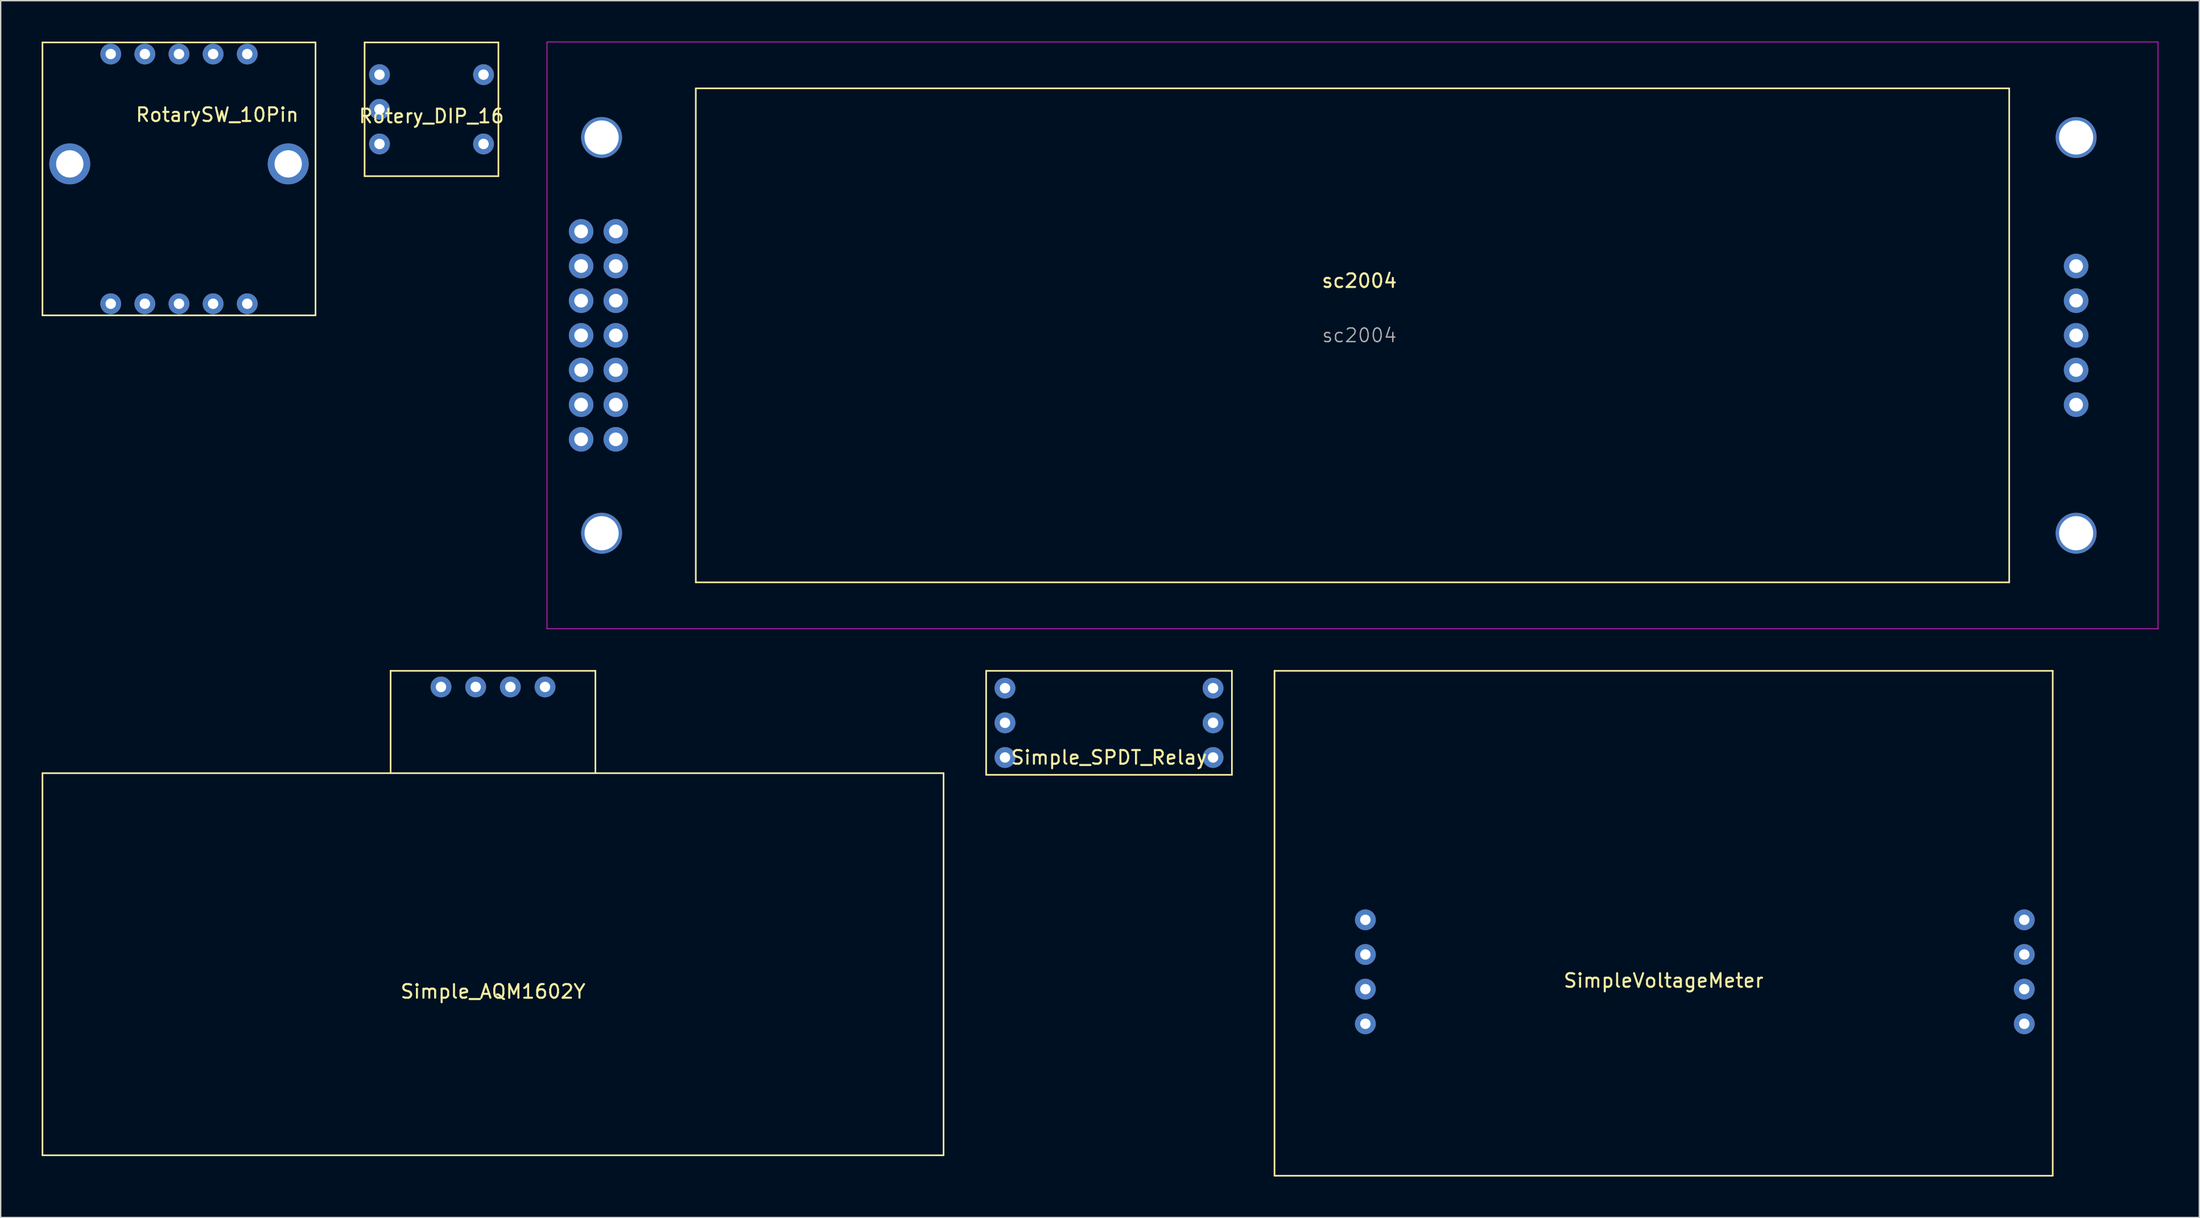
<source format=kicad_pcb>
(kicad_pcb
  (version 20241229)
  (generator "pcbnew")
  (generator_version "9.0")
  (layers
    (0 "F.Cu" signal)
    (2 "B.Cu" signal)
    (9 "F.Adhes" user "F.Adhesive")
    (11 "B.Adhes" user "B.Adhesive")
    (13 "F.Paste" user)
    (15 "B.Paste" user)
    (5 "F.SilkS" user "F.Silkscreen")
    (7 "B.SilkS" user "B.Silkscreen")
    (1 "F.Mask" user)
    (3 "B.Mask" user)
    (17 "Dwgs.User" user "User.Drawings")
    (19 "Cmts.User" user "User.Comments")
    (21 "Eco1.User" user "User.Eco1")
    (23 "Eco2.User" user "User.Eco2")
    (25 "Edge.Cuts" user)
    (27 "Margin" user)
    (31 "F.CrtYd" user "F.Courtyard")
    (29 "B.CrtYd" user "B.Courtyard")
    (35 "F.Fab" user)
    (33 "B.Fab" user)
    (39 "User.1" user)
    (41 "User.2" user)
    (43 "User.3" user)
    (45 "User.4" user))
  (footprint "sc2004"
    (layer "F.Cu")
    (at 96.014 21.525)
    (property "Reference" "sc2004" (at 0.5 -4 0) (layer "F.SilkS") (effects (font (size 1 1) (thickness 0.15))))
    (attr through_hole)
    (fp_line (start -48.1 18.1) (end -48.1 -18.1) (stroke (width 0.12) (type solid)) (layer "F.SilkS"))
    (fp_line (start 48.1 -18.1) (end -48.1 -18.1) (stroke (width 0.12) (type solid)) (layer "F.SilkS"))
    (fp_line (start 48.1 18.1) (end -48.1 18.1) (stroke (width 0.12) (type solid)) (layer "F.SilkS"))
    (fp_line (start 48.1 18.1) (end 48.1 -18.1) (stroke (width 0.12) (type solid)) (layer "F.SilkS"))
    (fp_line (start -59 -21.5) (end 59 -21.5) (stroke (width 0.05) (type solid)) (layer "F.CrtYd"))
    (fp_line (start -59 21.5) (end -59 -21.5) (stroke (width 0.05) (type solid)) (layer "F.CrtYd"))
    (fp_line (start -59 21.5) (end 59 21.5) (stroke (width 0.05) (type solid)) (layer "F.CrtYd"))
    (fp_line (start 59 21.5) (end 59 -21.5) (stroke (width 0.05) (type solid)) (layer "F.CrtYd"))
    (fp_text user "${REFERENCE}" (at 0.5 0 0) (layer "F.Fab") (effects (font (size 1 1) (thickness 0.1))))
    (pad "" thru_hole circle (at -55 -14.5) (size 3 3) (drill 2.5) (layers "*.Cu" "*.Mask"))
    (pad "" thru_hole circle (at -55 14.5) (size 3 3) (drill 2.5) (layers "*.Cu" "*.Mask"))
    (pad "" thru_hole circle (at 53 -14.5) (size 3 3) (drill 2.5) (layers "*.Cu" "*.Mask"))
    (pad "" thru_hole circle (at 53 0) (size 1.8 1.8) (drill 1) (layers "*.Cu" "*.Mask"))
    (pad "" thru_hole circle (at 53 14.5) (size 3 3) (drill 2.5) (layers "*.Cu" "*.Mask"))
    (pad "1" thru_hole circle (at -53.96 7.62) (size 1.8 1.8) (drill 1) (layers "*.Cu" "*.Mask"))
    (pad "2" thru_hole circle (at -56.5 7.62) (size 1.8 1.8) (drill 1) (layers "*.Cu" "*.Mask"))
    (pad "3" thru_hole circle (at -53.96 5.08) (size 1.8 1.8) (drill 1) (layers "*.Cu" "*.Mask"))
    (pad "4" thru_hole circle (at -56.5 5.08) (size 1.8 1.8) (drill 1) (layers "*.Cu" "*.Mask"))
    (pad "5" thru_hole circle (at -53.96 2.54) (size 1.8 1.8) (drill 1) (layers "*.Cu" "*.Mask"))
    (pad "6" thru_hole circle (at -56.5 2.54) (size 1.8 1.8) (drill 1) (layers "*.Cu" "*.Mask"))
    (pad "7" thru_hole circle (at -53.96 0) (size 1.8 1.8) (drill 1) (layers "*.Cu" "*.Mask"))
    (pad "8" thru_hole circle (at -56.5 0) (size 1.8 1.8) (drill 1) (layers "*.Cu" "*.Mask"))
    (pad "9" thru_hole circle (at -53.96 -2.54) (size 1.8 1.8) (drill 1) (layers "*.Cu" "*.Mask"))
    (pad "10" thru_hole circle (at -56.5 -2.54) (size 1.8 1.8) (drill 1) (layers "*.Cu" "*.Mask"))
    (pad "11" thru_hole circle (at -53.96 -5.08) (size 1.8 1.8) (drill 1) (layers "*.Cu" "*.Mask"))
    (pad "12" thru_hole circle (at -56.5 -5.08) (size 1.8 1.8) (drill 1) (layers "*.Cu" "*.Mask"))
    (pad "13" thru_hole circle (at -53.96 -7.62) (size 1.8 1.8) (drill 1) (layers "*.Cu" "*.Mask"))
    (pad "14" thru_hole circle (at -56.5 -7.62) (size 1.8 1.8) (drill 1) (layers "*.Cu" "*.Mask"))
    (pad "15" thru_hole circle (at 53 -5.08) (size 1.8 1.8) (drill 1) (layers "*.Cu" "*.Mask"))
    (pad "15" thru_hole circle (at 53 -2.54) (size 1.8 1.8) (drill 1) (layers "*.Cu" "*.Mask"))
    (pad "16" thru_hole circle (at 53 2.54) (size 1.8 1.8) (drill 1) (layers "*.Cu" "*.Mask"))
    (pad "16" thru_hole circle (at 53 5.08) (size 1.8 1.8) (drill 1) (layers "*.Cu" "*.Mask")))
  (footprint "Rotery_DIP_16"
    (layer "F.Cu")
    (at 28.555 4.96)
    (property "Reference" "Rotery_DIP_16" (at 0 0.5 0) (layer "F.SilkS") (effects (font (size 1 1) (thickness 0.15))))
    (attr through_hole)
    (fp_line (start -4.9 -4.9) (end 4.9 -4.9) (stroke (width 0.12) (type solid)) (layer "F.SilkS"))
    (fp_line (start -4.9 4.9) (end -4.9 -4.9) (stroke (width 0.12) (type solid)) (layer "F.SilkS"))
    (fp_line (start 4.9 -4.9) (end 4.9 4.9) (stroke (width 0.12) (type solid)) (layer "F.SilkS"))
    (fp_line (start 4.9 4.9) (end -4.9 4.9) (stroke (width 0.12) (type solid)) (layer "F.SilkS"))
    (pad "1" thru_hole circle (at 3.81 2.54) (size 1.524 1.524) (drill 0.762) (layers "*.Cu" "*.Mask"))
    (pad "2" thru_hole circle (at 3.81 -2.54) (size 1.524 1.524) (drill 0.762) (layers "*.Cu" "*.Mask"))
    (pad "4" thru_hole circle (at -3.81 2.54) (size 1.524 1.524) (drill 0.762) (layers "*.Cu" "*.Mask"))
    (pad "8" thru_hole circle (at -3.81 -2.54) (size 1.524 1.524) (drill 0.762) (layers "*.Cu" "*.Mask"))
    (pad "C" thru_hole circle (at -3.81 0) (size 1.524 1.524) (drill 0.762) (layers "*.Cu" "*.Mask")))
  (footprint "RotarySW_10Pin"
    (layer "F.Cu")
    (at 10.06 10.06)
    (property "Reference" "RotarySW_10Pin" (at 2.8 -4.7 0) (layer "F.SilkS") (effects (font (size 1 1) (thickness 0.15))))
    (attr through_hole)
    (fp_line (start -10 -10) (end -10 10) (stroke (width 0.12) (type solid)) (layer "F.SilkS"))
    (fp_line (start -10 10) (end 10 10) (stroke (width 0.12) (type solid)) (layer "F.SilkS"))
    (fp_line (start 10 -10) (end -10 -10) (stroke (width 0.12) (type solid)) (layer "F.SilkS"))
    (fp_line (start 10 -10) (end 10 10) (stroke (width 0.12) (type solid)) (layer "F.SilkS"))
    (pad "1" thru_hole circle (at 5 9.15) (size 1.524 1.524) (drill 0.762) (layers "*.Cu" "*.Mask"))
    (pad "2" thru_hole circle (at 2.5 9.15) (size 1.524 1.524) (drill 0.762) (layers "*.Cu" "*.Mask"))
    (pad "3" thru_hole circle (at 0 9.15) (size 1.524 1.524) (drill 0.762) (layers "*.Cu" "*.Mask"))
    (pad "4" thru_hole circle (at -2.5 9.15) (size 1.524 1.524) (drill 0.762) (layers "*.Cu" "*.Mask"))
    (pad "5" thru_hole circle (at -5 9.15) (size 1.524 1.524) (drill 0.762) (layers "*.Cu" "*.Mask"))
    (pad "6" thru_hole circle (at -5 -9.15) (size 1.524 1.524) (drill 0.762) (layers "*.Cu" "*.Mask"))
    (pad "7" thru_hole circle (at -2.5 -9.15) (size 1.524 1.524) (drill 0.762) (layers "*.Cu" "*.Mask"))
    (pad "8" thru_hole circle (at 0 -9.15) (size 1.524 1.524) (drill 0.762) (layers "*.Cu" "*.Mask"))
    (pad "9" thru_hole circle (at 2.5 -9.15) (size 1.524 1.524) (drill 0.762) (layers "*.Cu" "*.Mask"))
    (pad "10" thru_hole circle (at 5 -9.15) (size 1.524 1.524) (drill 0.762) (layers "*.Cu" "*.Mask"))
    (pad "MP" thru_hole circle (at -8 -1.1) (size 3 3) (drill 2) (layers "*.Cu" "*.Mask"))
    (pad "MP" thru_hole circle (at 8 -1.1) (size 3 3) (drill 2) (layers "*.Cu" "*.Mask")))
  (footprint "Simple_SPDT_Relay"
    (layer "F.Cu")
    (at 78.18 49.92)
    (property "Reference" "Simple_SPDT_Relay" (at 0 2.54 0) (layer "F.SilkS") (effects (font (size 1 1) (thickness 0.15))))
    (attr through_hole)
    (fp_line (start -9 -3.81) (end -9 3.81) (stroke (width 0.12) (type solid)) (layer "F.SilkS"))
    (fp_line (start 9 -3.81) (end -9 -3.81) (stroke (width 0.12) (type solid)) (layer "F.SilkS"))
    (fp_line (start 9 3.81) (end -9 3.81) (stroke (width 0.12) (type solid)) (layer "F.SilkS"))
    (fp_line (start 9 3.81) (end 9 -3.81) (stroke (width 0.12) (type solid)) (layer "F.SilkS"))
    (pad "1" thru_hole circle (at -7.62 -2.54) (size 1.524 1.524) (drill 0.762) (layers "*.Cu" "*.Mask"))
    (pad "2" thru_hole circle (at -7.62 0) (size 1.524 1.524) (drill 0.762) (layers "*.Cu" "*.Mask"))
    (pad "3" thru_hole circle (at -7.62 2.54) (size 1.524 1.524) (drill 0.762) (layers "*.Cu" "*.Mask"))
    (pad "4" thru_hole circle (at 7.62 -2.54) (size 1.524 1.524) (drill 0.762) (layers "*.Cu" "*.Mask"))
    (pad "5" thru_hole circle (at 7.62 0) (size 1.524 1.524) (drill 0.762) (layers "*.Cu" "*.Mask"))
    (pad "6" thru_hole circle (at 7.62 2.54) (size 1.524 1.524) (drill 0.762) (layers "*.Cu" "*.Mask")))
  (footprint "Simple_AQM1602Y"
    (layer "F.Cu")
    (at 33.06 67.61)
    (property "Reference" "Simple_AQM1602Y" (at 0 2 0) (layer "F.SilkS") (effects (font (size 1 1) (thickness 0.15))))
    (attr through_hole)
    (fp_line (start -33 -14) (end 33 -14) (stroke (width 0.12) (type solid)) (layer "F.SilkS"))
    (fp_line (start -33 14) (end -33 -14) (stroke (width 0.12) (type solid)) (layer "F.SilkS"))
    (fp_line (start -33 14) (end 33 14) (stroke (width 0.12) (type solid)) (layer "F.SilkS"))
    (fp_line (start -7.5 -21.5) (end -7.5 -14) (stroke (width 0.12) (type solid)) (layer "F.SilkS"))
    (fp_line (start 7.5 -21.5) (end -7.5 -21.5) (stroke (width 0.12) (type solid)) (layer "F.SilkS"))
    (fp_line (start 7.5 -14) (end 7.5 -21.5) (stroke (width 0.12) (type solid)) (layer "F.SilkS"))
    (fp_line (start 33 14) (end 33 -14) (stroke (width 0.12) (type solid)) (layer "F.SilkS"))
    (pad "1" thru_hole circle (at -3.81 -20.32) (size 1.524 1.524) (drill 0.762) (layers "*.Cu" "*.Mask"))
    (pad "2" thru_hole circle (at -1.27 -20.32) (size 1.524 1.524) (drill 0.762) (layers "*.Cu" "*.Mask"))
    (pad "3" thru_hole circle (at 1.27 -20.32) (size 1.524 1.524) (drill 0.762) (layers "*.Cu" "*.Mask"))
    (pad "4" thru_hole circle (at 3.81 -20.32) (size 1.524 1.524) (drill 0.762) (layers "*.Cu" "*.Mask")))
  (footprint "SimpleVoltageMeter"
    (layer "F.Cu")
    (at 118.8 64.61)
    (property "Reference" "SimpleVoltageMeter" (at 0 4.2 0) (layer "F.SilkS") (effects (font (size 1 1) (thickness 0.15))))
    (attr through_hole)
    (fp_line (start -28.5 -18.5) (end -28.5 18.5) (stroke (width 0.12) (type solid)) (layer "F.SilkS"))
    (fp_line (start -28.5 -18.5) (end 28.5 -18.5) (stroke (width 0.12) (type solid)) (layer "F.SilkS"))
    (fp_line (start 28.5 18.5) (end -28.5 18.5) (stroke (width 0.12) (type solid)) (layer "F.SilkS"))
    (fp_line (start 28.5 18.5) (end 28.5 -18.5) (stroke (width 0.12) (type solid)) (layer "F.SilkS"))
    (pad "1" thru_hole circle (at -21.844 7.366) (size 1.524 1.524) (drill 0.762) (layers "*.Cu" "*.Mask"))
    (pad "2" thru_hole circle (at -21.844 4.826) (size 1.524 1.524) (drill 0.762) (layers "*.Cu" "*.Mask"))
    (pad "3" thru_hole circle (at -21.844 2.286) (size 1.524 1.524) (drill 0.762) (layers "*.Cu" "*.Mask"))
    (pad "4" thru_hole circle (at -21.844 -0.254) (size 1.524 1.524) (drill 0.762) (layers "*.Cu" "*.Mask"))
    (pad "5" thru_hole circle (at 26.416 7.366) (size 1.524 1.524) (drill 0.762) (layers "*.Cu" "*.Mask"))
    (pad "6" thru_hole circle (at 26.416 4.826) (size 1.524 1.524) (drill 0.762) (layers "*.Cu" "*.Mask"))
    (pad "7" thru_hole circle (at 26.416 2.286) (size 1.524 1.524) (drill 0.762) (layers "*.Cu" "*.Mask"))
    (pad "8" thru_hole circle (at 26.416 -0.254) (size 1.524 1.524) (drill 0.762) (layers "*.Cu" "*.Mask")))
  (gr_rect
    (start -3 -3)
    (end 158.039 86.17)
    (stroke (width 0.1) (type default))
    (fill no)
    (layer "Edge.Cuts")))
</source>
